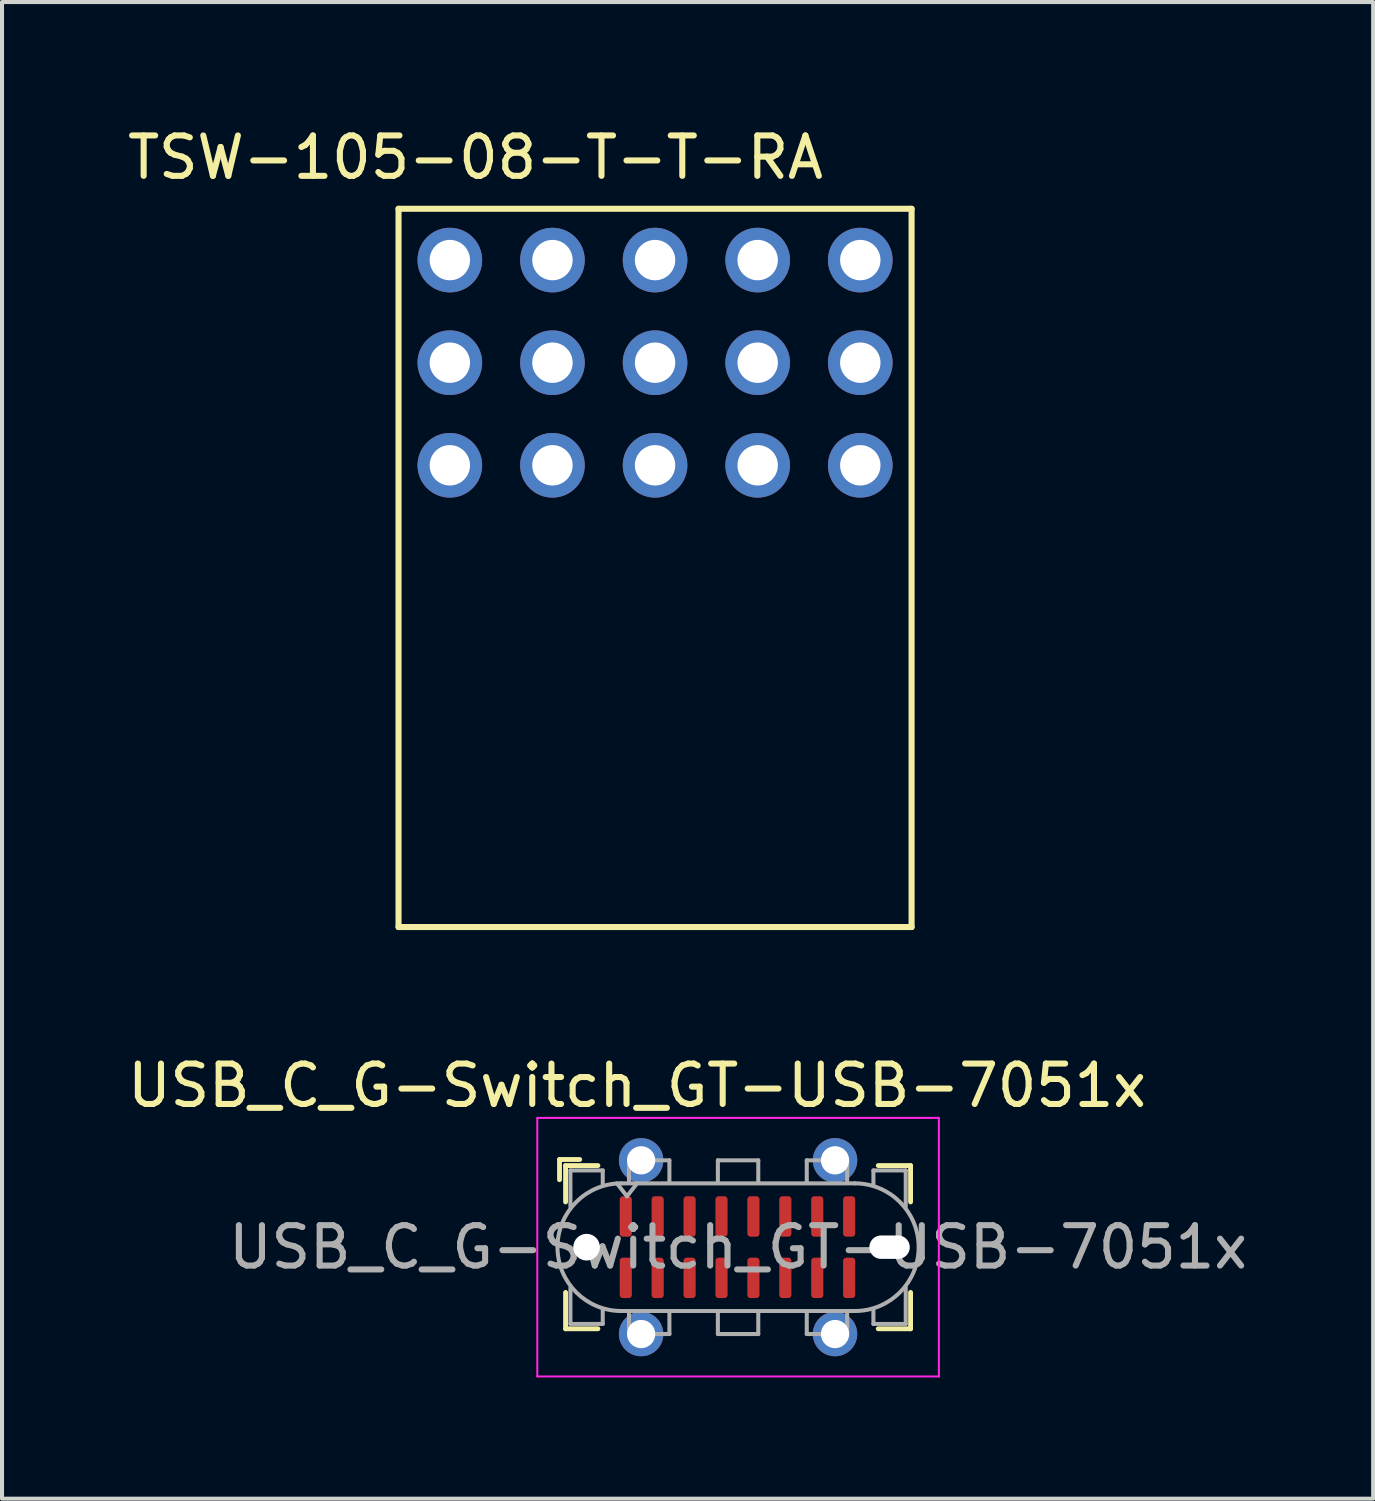
<source format=kicad_pcb>
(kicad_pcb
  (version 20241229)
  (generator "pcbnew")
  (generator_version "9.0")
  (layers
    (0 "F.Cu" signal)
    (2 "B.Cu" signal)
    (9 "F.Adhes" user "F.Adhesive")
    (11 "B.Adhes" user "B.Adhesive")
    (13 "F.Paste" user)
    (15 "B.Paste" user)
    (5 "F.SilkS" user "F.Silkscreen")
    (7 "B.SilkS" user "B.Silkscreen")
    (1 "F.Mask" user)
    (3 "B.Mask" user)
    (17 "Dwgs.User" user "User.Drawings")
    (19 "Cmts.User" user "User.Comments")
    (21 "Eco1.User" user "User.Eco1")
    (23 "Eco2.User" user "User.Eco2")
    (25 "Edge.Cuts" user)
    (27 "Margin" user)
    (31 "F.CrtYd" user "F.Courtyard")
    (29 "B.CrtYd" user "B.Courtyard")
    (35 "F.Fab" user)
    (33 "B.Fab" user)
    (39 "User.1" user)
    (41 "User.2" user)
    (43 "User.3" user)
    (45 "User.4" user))
  (footprint "TSW-105-08-T-T-RA"
    (layer "F.Cu")
    (at 8.085 8.468)
    (property "Reference" "TSW-105-08-T-T-RA" (at 0.635 -7.62 0) (layer "F.SilkS") (effects (font (size 1 1) (thickness 0.15))))
    (attr through_hole)
    (fp_line (start -1.27 -6.35) (end -1.27 11.43) (stroke (width 0.15) (type solid)) (layer "F.SilkS"))
    (fp_line (start -1.27 11.43) (end 11.43 11.43) (stroke (width 0.15) (type solid)) (layer "F.SilkS"))
    (fp_line (start 11.43 -6.35) (end -1.27 -6.35) (stroke (width 0.15) (type solid)) (layer "F.SilkS"))
    (fp_line (start 11.43 11.43) (end 11.43 -6.35) (stroke (width 0.15) (type solid)) (layer "F.SilkS"))
    (pad "1" thru_hole circle (at 0 0) (size 1.6 1.6) (drill 1) (layers "*.Cu" "*.Mask"))
    (pad "2" thru_hole circle (at 0 -2.54) (size 1.6 1.6) (drill 1) (layers "*.Cu" "*.Mask"))
    (pad "3" thru_hole circle (at 0 -5.08) (size 1.6 1.6) (drill 1) (layers "*.Cu" "*.Mask"))
    (pad "4" thru_hole circle (at 2.54 0) (size 1.6 1.6) (drill 1) (layers "*.Cu" "*.Mask"))
    (pad "5" thru_hole circle (at 2.54 -2.54) (size 1.6 1.6) (drill 1) (layers "*.Cu" "*.Mask"))
    (pad "6" thru_hole circle (at 2.54 -5.08) (size 1.6 1.6) (drill 1) (layers "*.Cu" "*.Mask"))
    (pad "7" thru_hole circle (at 5.08 0) (size 1.6 1.6) (drill 1) (layers "*.Cu" "*.Mask"))
    (pad "8" thru_hole circle (at 5.08 -2.54) (size 1.6 1.6) (drill 1) (layers "*.Cu" "*.Mask"))
    (pad "9" thru_hole circle (at 5.08 -5.08) (size 1.6 1.6) (drill 1) (layers "*.Cu" "*.Mask"))
    (pad "10" thru_hole circle (at 7.62 0) (size 1.6 1.6) (drill 1) (layers "*.Cu" "*.Mask"))
    (pad "11" thru_hole circle (at 7.62 -2.54) (size 1.6 1.6) (drill 1) (layers "*.Cu" "*.Mask"))
    (pad "12" thru_hole circle (at 7.62 -5.08) (size 1.6 1.6) (drill 1) (layers "*.Cu" "*.Mask"))
    (pad "13" thru_hole circle (at 10.16 0) (size 1.6 1.6) (drill 1) (layers "*.Cu" "*.Mask"))
    (pad "14" thru_hole circle (at 10.16 -2.54) (size 1.6 1.6) (drill 1) (layers "*.Cu" "*.Mask"))
    (pad "15" thru_hole circle (at 10.16 -5.08) (size 1.6 1.6) (drill 1) (layers "*.Cu" "*.Mask")))
  (footprint "USB_C_G-Switch_GT-USB-7051x"
    (layer "F.Cu")
    (at 15.22 27.822)
    (property "Reference" "USB_C_G-Switch_GT-USB-7051x" (at -2.5 -4 0) (unlocked yes) (layer "F.SilkS") (effects (font (size 1 1) (thickness 0.15))))
    (attr smd)
    (fp_line (start -4.42 -2.17) (end -4.42 -1.67) (stroke (width 0.12) (type solid)) (layer "F.SilkS"))
    (fp_line (start -4.42 -2.17) (end -3.92 -2.17) (stroke (width 0.12) (type solid)) (layer "F.SilkS"))
    (fp_line (start -4.27 -2.02) (end -4.27 -1.12) (stroke (width 0.12) (type solid)) (layer "F.SilkS"))
    (fp_line (start -4.27 -2.02) (end -3.47 -2.02) (stroke (width 0.12) (type solid)) (layer "F.SilkS"))
    (fp_line (start -4.27 2.02) (end -4.27 1.12) (stroke (width 0.12) (type solid)) (layer "F.SilkS"))
    (fp_line (start -4.27 2.02) (end -3.47 2.02) (stroke (width 0.12) (type solid)) (layer "F.SilkS"))
    (fp_line (start 4.27 -2.02) (end 3.47 -2.02) (stroke (width 0.12) (type solid)) (layer "F.SilkS"))
    (fp_line (start 4.27 -2.02) (end 4.27 -1.12) (stroke (width 0.12) (type solid)) (layer "F.SilkS"))
    (fp_line (start 4.27 2.02) (end 3.47 2.02) (stroke (width 0.12) (type solid)) (layer "F.SilkS"))
    (fp_line (start 4.27 2.02) (end 4.27 1.12) (stroke (width 0.12) (type solid)) (layer "F.SilkS"))
    (fp_line (start -4.97 -3.2) (end -4.97 3.2) (stroke (width 0.05) (type solid)) (layer "F.CrtYd"))
    (fp_line (start -4.97 3.2) (end 4.97 3.2) (stroke (width 0.05) (type solid)) (layer "F.CrtYd"))
    (fp_line (start 4.97 -3.2) (end -4.97 -3.2) (stroke (width 0.05) (type solid)) (layer "F.CrtYd"))
    (fp_line (start 4.97 3.2) (end 4.97 -3.2) (stroke (width 0.05) (type solid)) (layer "F.CrtYd"))
    (fp_line (start -4.15 -1.9) (end -4.15 -1) (stroke (width 0.1) (type solid)) (layer "F.Fab"))
    (fp_line (start -4.15 -1.9) (end -3.35 -1.9) (stroke (width 0.1) (type solid)) (layer "F.Fab"))
    (fp_line (start -4.15 1.9) (end -4.15 1) (stroke (width 0.1) (type solid)) (layer "F.Fab"))
    (fp_line (start -4.15 1.9) (end -3.35 1.9) (stroke (width 0.1) (type solid)) (layer "F.Fab"))
    (fp_line (start -3.35 -1.9) (end -3.35 -1.55) (stroke (width 0.1) (type solid)) (layer "F.Fab"))
    (fp_line (start -3.35 1.9) (end -3.35 1.55) (stroke (width 0.1) (type solid)) (layer "F.Fab"))
    (fp_line (start -2.89 1.58) (end 2.89 1.58) (stroke (width 0.1) (type solid)) (layer "F.Fab"))
    (fp_line (start -2.75 -1.26) (end -3 -1.58) (stroke (width 0.1) (type solid)) (layer "F.Fab"))
    (fp_line (start -2.7 -2.15) (end -1.7 -2.15) (stroke (width 0.1) (type solid)) (layer "F.Fab"))
    (fp_line (start -2.7 -1.6) (end -2.7 -2.15) (stroke (width 0.1) (type solid)) (layer "F.Fab"))
    (fp_line (start -2.7 1.6) (end -2.7 2.15) (stroke (width 0.1) (type solid)) (layer "F.Fab"))
    (fp_line (start -2.7 2.15) (end -1.7 2.15) (stroke (width 0.1) (type solid)) (layer "F.Fab"))
    (fp_line (start -2.5 -1.58) (end -2.75 -1.26) (stroke (width 0.1) (type solid)) (layer "F.Fab"))
    (fp_line (start -1.7 -2.15) (end -1.7 -1.6) (stroke (width 0.1) (type solid)) (layer "F.Fab"))
    (fp_line (start -1.7 2.15) (end -1.7 1.6) (stroke (width 0.1) (type solid)) (layer "F.Fab"))
    (fp_line (start -0.5 -2.15) (end 0.5 -2.15) (stroke (width 0.1) (type solid)) (layer "F.Fab"))
    (fp_line (start -0.5 -1.6) (end -0.5 -2.15) (stroke (width 0.1) (type solid)) (layer "F.Fab"))
    (fp_line (start -0.5 2.15) (end -0.5 1.6) (stroke (width 0.1) (type solid)) (layer "F.Fab"))
    (fp_line (start 0.5 -2.15) (end 0.5 -1.6) (stroke (width 0.1) (type solid)) (layer "F.Fab"))
    (fp_line (start 0.5 1.6) (end 0.5 2.15) (stroke (width 0.1) (type solid)) (layer "F.Fab"))
    (fp_line (start 0.5 2.15) (end -0.5 2.15) (stroke (width 0.1) (type solid)) (layer "F.Fab"))
    (fp_line (start 1.7 -2.15) (end 1.7 -1.6) (stroke (width 0.1) (type solid)) (layer "F.Fab"))
    (fp_line (start 1.7 2.15) (end 1.7 1.6) (stroke (width 0.1) (type solid)) (layer "F.Fab"))
    (fp_line (start 2.7 -2.15) (end 1.7 -2.15) (stroke (width 0.1) (type solid)) (layer "F.Fab"))
    (fp_line (start 2.7 -1.6) (end 2.7 -2.15) (stroke (width 0.1) (type solid)) (layer "F.Fab"))
    (fp_line (start 2.7 1.6) (end 2.7 2.15) (stroke (width 0.1) (type solid)) (layer "F.Fab"))
    (fp_line (start 2.7 2.15) (end 1.7 2.15) (stroke (width 0.1) (type solid)) (layer "F.Fab"))
    (fp_line (start 2.89 -1.58) (end -2.89 -1.58) (stroke (width 0.1) (type solid)) (layer "F.Fab"))
    (fp_line (start 3.35 -1.9) (end 3.35 -1.55) (stroke (width 0.1) (type solid)) (layer "F.Fab"))
    (fp_line (start 3.35 1.9) (end 3.35 1.55) (stroke (width 0.1) (type solid)) (layer "F.Fab"))
    (fp_line (start 4.15 -1.9) (end 3.35 -1.9) (stroke (width 0.1) (type solid)) (layer "F.Fab"))
    (fp_line (start 4.15 -1.9) (end 4.15 -1) (stroke (width 0.1) (type solid)) (layer "F.Fab"))
    (fp_line (start 4.15 1.9) (end 3.35 1.9) (stroke (width 0.1) (type solid)) (layer "F.Fab"))
    (fp_line (start 4.15 1.9) (end 4.15 1) (stroke (width 0.1) (type solid)) (layer "F.Fab"))
    (fp_arc (start -2.89 1.58) (mid -4.47 0) (end -2.89 -1.58) (stroke (width 0.1) (type solid)) (layer "F.Fab"))
    (fp_arc (start 2.89 -1.58) (mid 4.47 0) (end 2.89 1.58) (stroke (width 0.1) (type solid)) (layer "F.Fab"))
    (fp_text user "${REFERENCE}" (at 0 0 0) (unlocked yes) (layer "F.Fab") (effects (font (size 1 1) (thickness 0.15))))
    (pad "" np_thru_hole circle (at -3.75 0) (size 0.66 0.66) (drill 0.66) (layers "*.Cu" "*.Mask"))
    (pad "" np_thru_hole oval (at 3.75 0) (size 1 0.58) (drill oval 1 0.58) (layers "*.Cu" "*.Mask"))
    (pad "A1" smd roundrect (at -2.78 -0.76) (size 0.3 1) (layers "F.Cu" "F.Mask" "F.Paste") (roundrect_rratio 0.25))
    (pad "A4" smd roundrect (at -1.99 -0.76) (size 0.3 1) (layers "F.Cu" "F.Mask" "F.Paste") (roundrect_rratio 0.25))
    (pad "A5" smd roundrect (at -1.2 -0.76) (size 0.3 1) (layers "F.Cu" "F.Mask" "F.Paste") (roundrect_rratio 0.25))
    (pad "A6" smd roundrect (at -0.41 -0.76) (size 0.3 1) (layers "F.Cu" "F.Mask" "F.Paste") (roundrect_rratio 0.25))
    (pad "A7" smd roundrect (at 0.38 -0.76) (size 0.3 1) (layers "F.Cu" "F.Mask" "F.Paste") (roundrect_rratio 0.25))
    (pad "A8" smd roundrect (at 1.17 -0.76) (size 0.3 1) (layers "F.Cu" "F.Mask" "F.Paste") (roundrect_rratio 0.25))
    (pad "A9" smd roundrect (at 1.96 -0.76) (size 0.3 1) (layers "F.Cu" "F.Mask" "F.Paste") (roundrect_rratio 0.25))
    (pad "A12" smd roundrect (at 2.75 -0.76) (size 0.3 1) (layers "F.Cu" "F.Mask" "F.Paste") (roundrect_rratio 0.25))
    (pad "B1" smd roundrect (at 2.75 0.76) (size 0.3 1) (layers "F.Cu" "F.Mask" "F.Paste") (roundrect_rratio 0.25))
    (pad "B4" smd roundrect (at 1.96 0.76) (size 0.3 1) (layers "F.Cu" "F.Mask" "F.Paste") (roundrect_rratio 0.25))
    (pad "B5" smd roundrect (at 1.17 0.76) (size 0.3 1) (layers "F.Cu" "F.Mask" "F.Paste") (roundrect_rratio 0.25))
    (pad "B6" smd roundrect (at 0.38 0.76) (size 0.3 1) (layers "F.Cu" "F.Mask" "F.Paste") (roundrect_rratio 0.25))
    (pad "B7" smd roundrect (at -0.41 0.76) (size 0.3 1) (layers "F.Cu" "F.Mask" "F.Paste") (roundrect_rratio 0.25))
    (pad "B8" smd roundrect (at -1.2 0.76) (size 0.3 1) (layers "F.Cu" "F.Mask" "F.Paste") (roundrect_rratio 0.25))
    (pad "B9" smd roundrect (at -1.99 0.76) (size 0.3 1) (layers "F.Cu" "F.Mask" "F.Paste") (roundrect_rratio 0.25))
    (pad "B12" smd roundrect (at -2.78 0.76) (size 0.3 1) (layers "F.Cu" "F.Mask" "F.Paste") (roundrect_rratio 0.25))
    (pad "S1" thru_hole circle (at -2.4 -2.15) (size 1.1 1.1) (drill 0.7) (layers "*.Cu" "*.Mask" "F.Paste"))
    (pad "S1" thru_hole circle (at -2.4 2.15) (size 1.1 1.1) (drill 0.7) (layers "*.Cu" "*.Mask" "F.Paste"))
    (pad "S1" thru_hole circle (at 2.4 -2.15) (size 1.1 1.1) (drill 0.7) (layers "*.Cu" "*.Mask" "F.Paste"))
    (pad "S1" thru_hole circle (at 2.4 2.15) (size 1.1 1.1) (drill 0.7) (layers "*.Cu" "*.Mask" "F.Paste"))
    (zone (net_name "") (layer "F.Cu") (name "peg") (hatch full 0.508) (connect_pads) (min_thickness 0.254) (filled_areas_thickness no) (keepout (tracks not_allowed) (vias not_allowed) (pads not_allowed) (copperpour not_allowed) (footprints not_allowed)) (placement (enabled no)) (fill) (polygon (pts (xy 16.02 26.021) (xy 14.42 26.021) (xy 14.42 25.322) (xy 16.02 25.322))))
    (zone (net_name "") (layer "F.Cu") (name "peg") (hatch full 0.508) (connect_pads) (min_thickness 0.254) (filled_areas_thickness no) (keepout (tracks not_allowed) (vias not_allowed) (pads not_allowed) (copperpour not_allowed) (footprints not_allowed)) (placement (enabled no)) (fill) (polygon (pts (xy 16.02 30.322) (xy 14.42 30.322) (xy 14.42 29.622) (xy 16.02 29.622)))))
  (gr_rect
    (start -3 -3)
    (end 30.94 34.047)
    (stroke (width 0.1) (type default))
    (fill no)
    (layer "Edge.Cuts")))
</source>
